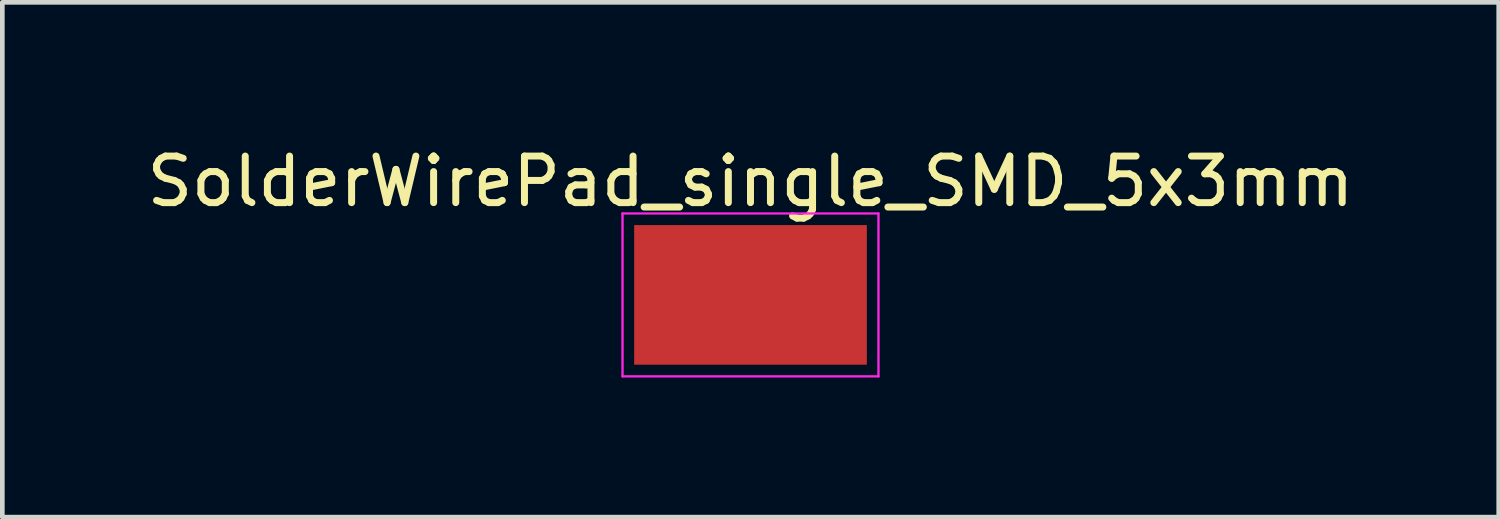
<source format=kicad_pcb>
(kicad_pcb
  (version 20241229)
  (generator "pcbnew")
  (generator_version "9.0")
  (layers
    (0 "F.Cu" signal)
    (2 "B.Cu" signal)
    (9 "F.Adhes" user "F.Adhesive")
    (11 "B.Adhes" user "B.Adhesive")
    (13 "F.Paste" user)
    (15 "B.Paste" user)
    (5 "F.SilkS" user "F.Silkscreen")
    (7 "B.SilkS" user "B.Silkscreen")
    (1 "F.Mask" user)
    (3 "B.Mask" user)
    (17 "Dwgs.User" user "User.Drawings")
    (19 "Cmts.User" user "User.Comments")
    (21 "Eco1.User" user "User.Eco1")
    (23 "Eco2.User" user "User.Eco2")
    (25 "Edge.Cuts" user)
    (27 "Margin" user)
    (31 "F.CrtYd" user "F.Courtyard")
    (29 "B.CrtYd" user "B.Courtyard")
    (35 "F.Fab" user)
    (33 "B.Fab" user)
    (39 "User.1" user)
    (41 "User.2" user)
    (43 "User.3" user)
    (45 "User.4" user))
  (footprint "SolderWirePad_single_SMD_5x3mm"
    (layer "F.Cu")
    (at 13.077 3.287)
    (property "Reference" "SolderWirePad_single_SMD_5x3mm" (at 0 -2.438 0) (layer "F.SilkS") (effects (font (size 1 1) (thickness 0.15))))
    (attr smd)
    (fp_line (start -2.75 -1.75) (end -2.75 1.75) (stroke (width 0.05) (type solid)) (layer "F.CrtYd"))
    (fp_line (start -2.75 1.75) (end 2.75 1.75) (stroke (width 0.05) (type solid)) (layer "F.CrtYd"))
    (fp_line (start 2.75 -1.75) (end -2.75 -1.75) (stroke (width 0.05) (type solid)) (layer "F.CrtYd"))
    (fp_line (start 2.75 1.75) (end 2.75 -1.75) (stroke (width 0.05) (type solid)) (layer "F.CrtYd"))
    (pad "1" smd rect (at 0 0) (size 5 3) (layers "F.Cu" "F.Mask" "F.Paste")))
  (gr_rect
    (start -3 -3)
    (end 29.155 8.062)
    (stroke (width 0.1) (type default))
    (fill no)
    (layer "Edge.Cuts")))
</source>
